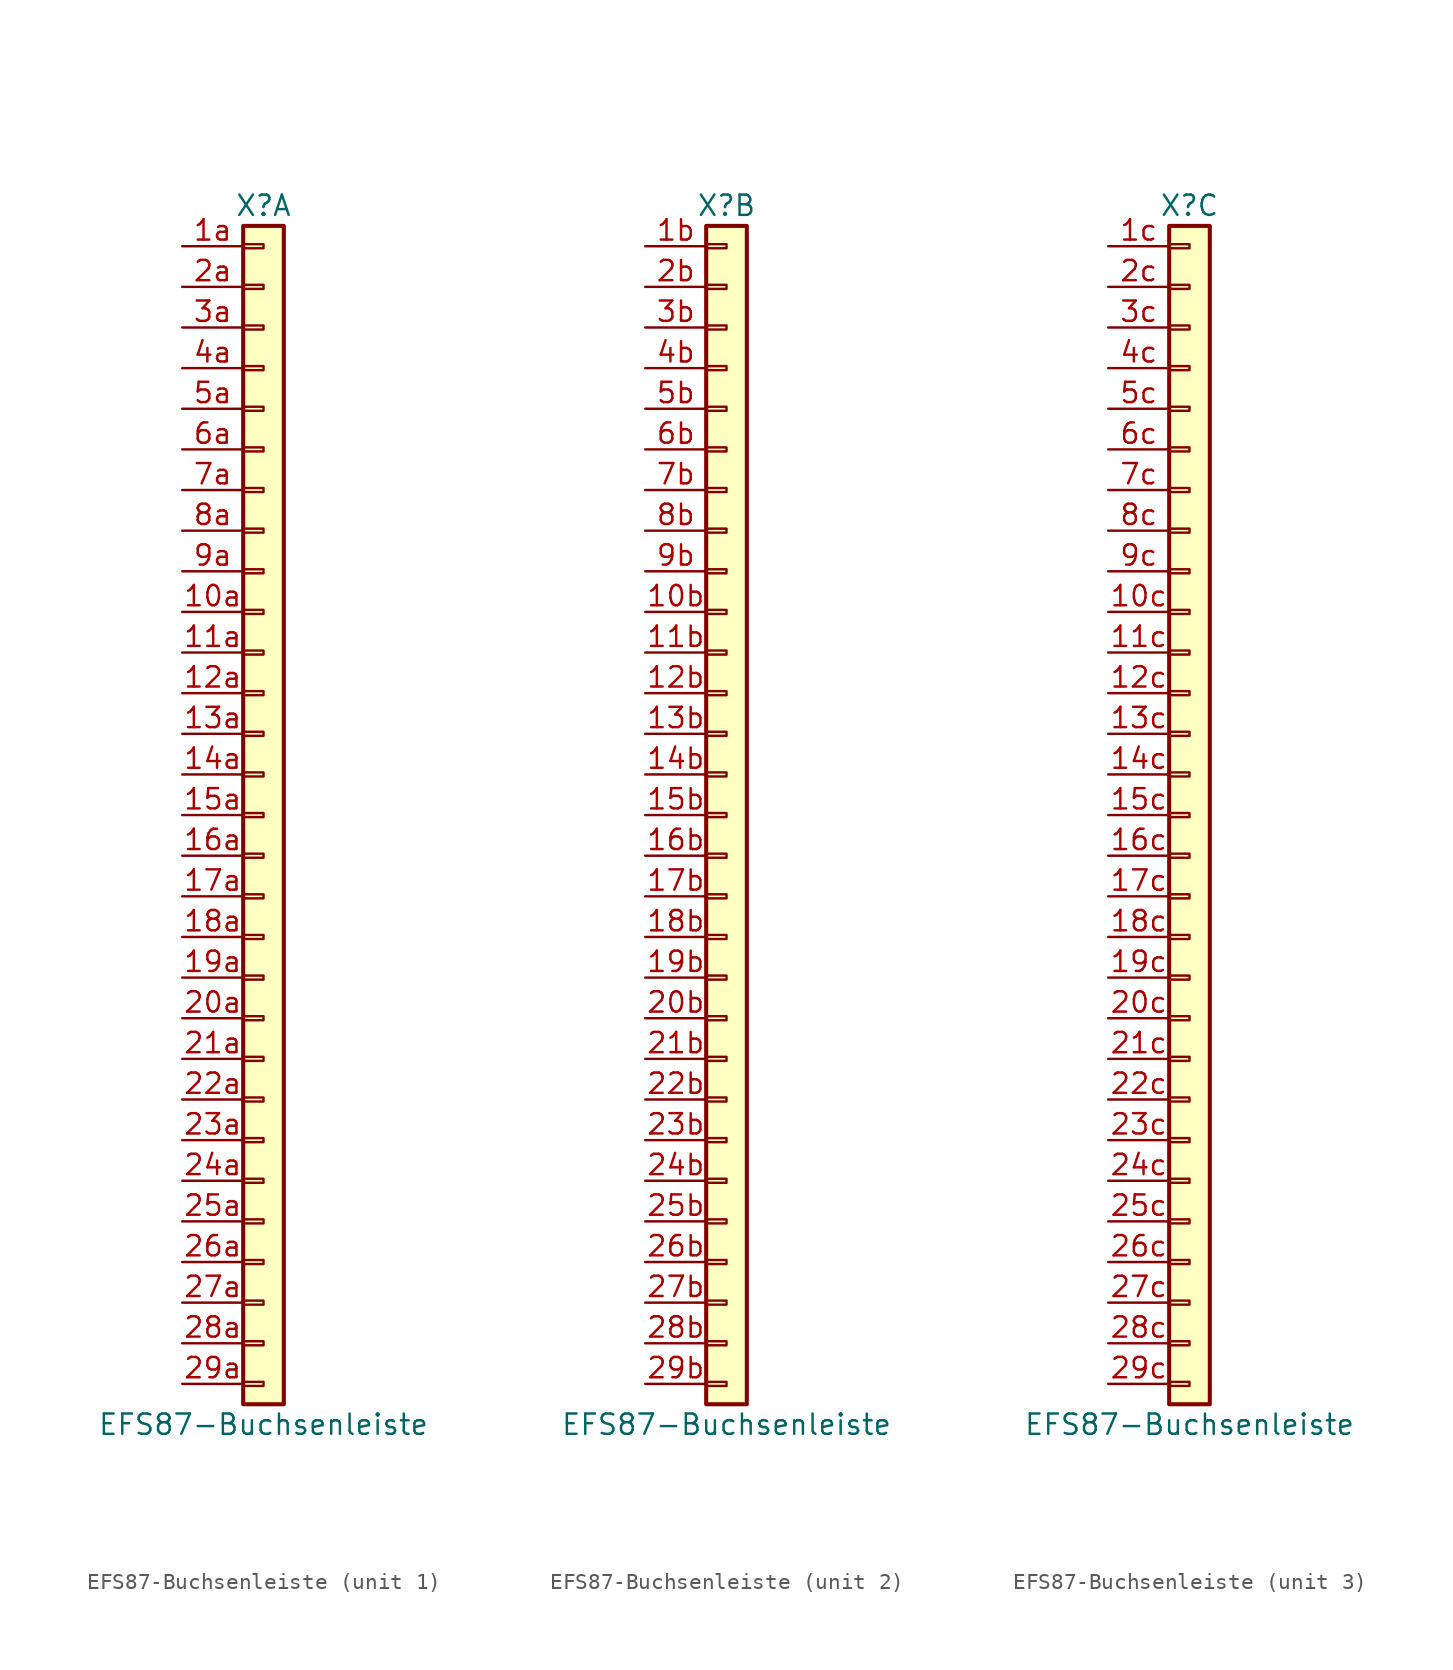
<source format=kicad_sym>
(kicad_symbol_lib
  (version 20211014)
  (generator kicad_symbol_editor)
  (symbol "EFS87-Buchsenleiste"
    (pin_names
      (offset 1.016) hide)
    (property "Reference" "X"
      (at 0 38.1 0)
      (effects (font (size 1.27 1.27))))
    (property "Value" "EFS87-Buchsenleiste"
      (at 0 -38.1 0)
      (effects (font (size 1.27 1.27))))
    (property "ki_locked" ""
      (at 0 0 0)
      (effects (font (size 1.27 1.27))))
    (symbol "EFS87-Buchsenleiste_1_1"
      (rectangle (start -1.27 -35.433) (end 0 -35.687) (stroke (width 0.152) (type default) (color 0 0 0 0)) (fill (type none)))
      (rectangle (start -1.27 -32.893) (end 0 -33.147) (stroke (width 0.152) (type default) (color 0 0 0 0)) (fill (type none)))
      (rectangle (start -1.27 -30.353) (end 0 -30.607) (stroke (width 0.152) (type default) (color 0 0 0 0)) (fill (type none)))
      (rectangle (start -1.27 -27.813) (end 0 -28.067) (stroke (width 0.152) (type default) (color 0 0 0 0)) (fill (type none)))
      (rectangle (start -1.27 -25.273) (end 0 -25.527) (stroke (width 0.152) (type default) (color 0 0 0 0)) (fill (type none)))
      (rectangle (start -1.27 -22.733) (end 0 -22.987) (stroke (width 0.152) (type default) (color 0 0 0 0)) (fill (type none)))
      (rectangle (start -1.27 -20.193) (end 0 -20.447) (stroke (width 0.152) (type default) (color 0 0 0 0)) (fill (type none)))
      (rectangle (start -1.27 -17.653) (end 0 -17.907) (stroke (width 0.152) (type default) (color 0 0 0 0)) (fill (type none)))
      (rectangle (start -1.27 -15.113) (end 0 -15.367) (stroke (width 0.152) (type default) (color 0 0 0 0)) (fill (type none)))
      (rectangle (start -1.27 -12.573) (end 0 -12.827) (stroke (width 0.152) (type default) (color 0 0 0 0)) (fill (type none)))
      (rectangle (start -1.27 -10.033) (end 0 -10.287) (stroke (width 0.152) (type default) (color 0 0 0 0)) (fill (type none)))
      (rectangle (start -1.27 -7.493) (end 0 -7.747) (stroke (width 0.152) (type default) (color 0 0 0 0)) (fill (type none)))
      (rectangle (start -1.27 -4.953) (end 0 -5.207) (stroke (width 0.152) (type default) (color 0 0 0 0)) (fill (type none)))
      (rectangle (start -1.27 -2.413) (end 0 -2.667) (stroke (width 0.152) (type default) (color 0 0 0 0)) (fill (type none)))
      (rectangle (start -1.27 0.127) (end 0 -0.127) (stroke (width 0.152) (type default) (color 0 0 0 0)) (fill (type none)))
      (rectangle (start -1.27 2.667) (end 0 2.413) (stroke (width 0.152) (type default) (color 0 0 0 0)) (fill (type none)))
      (rectangle (start -1.27 5.207) (end 0 4.953) (stroke (width 0.152) (type default) (color 0 0 0 0)) (fill (type none)))
      (rectangle (start -1.27 7.747) (end 0 7.493) (stroke (width 0.152) (type default) (color 0 0 0 0)) (fill (type none)))
      (rectangle (start -1.27 10.287) (end 0 10.033) (stroke (width 0.152) (type default) (color 0 0 0 0)) (fill (type none)))
      (rectangle (start -1.27 12.827) (end 0 12.573) (stroke (width 0.152) (type default) (color 0 0 0 0)) (fill (type none)))
      (rectangle (start -1.27 15.367) (end 0 15.113) (stroke (width 0.152) (type default) (color 0 0 0 0)) (fill (type none)))
      (rectangle (start -1.27 17.907) (end 0 17.653) (stroke (width 0.152) (type default) (color 0 0 0 0)) (fill (type none)))
      (rectangle (start -1.27 20.447) (end 0 20.193) (stroke (width 0.152) (type default) (color 0 0 0 0)) (fill (type none)))
      (rectangle (start -1.27 22.987) (end 0 22.733) (stroke (width 0.152) (type default) (color 0 0 0 0)) (fill (type none)))
      (rectangle (start -1.27 25.527) (end 0 25.273) (stroke (width 0.152) (type default) (color 0 0 0 0)) (fill (type none)))
      (rectangle (start -1.27 28.067) (end 0 27.813) (stroke (width 0.152) (type default) (color 0 0 0 0)) (fill (type none)))
      (rectangle (start -1.27 30.607) (end 0 30.353) (stroke (width 0.152) (type default) (color 0 0 0 0)) (fill (type none)))
      (rectangle (start -1.27 33.147) (end 0 32.893) (stroke (width 0.152) (type default) (color 0 0 0 0)) (fill (type none)))
      (rectangle (start -1.27 35.687) (end 0 35.433) (stroke (width 0.152) (type default) (color 0 0 0 0)) (fill (type none)))
      (rectangle (start -1.27 36.83) (end 1.27 -36.83) (stroke (width 0.254) (type default) (color 0 0 0 0)) (fill (type background)))
      (pin passive line (at -5.08 12.7 0) (length 3.81) (name "Pin_10a" (effects (font (size 1.27 1.27)))) (number "10a" (effects (font (size 1.27 1.27)))))
      (pin passive line (at -5.08 10.16 0) (length 3.81) (name "Pin_11a" (effects (font (size 1.27 1.27)))) (number "11a" (effects (font (size 1.27 1.27)))))
      (pin passive line (at -5.08 7.62 0) (length 3.81) (name "Pin_12a" (effects (font (size 1.27 1.27)))) (number "12a" (effects (font (size 1.27 1.27)))))
      (pin passive line (at -5.08 5.08 0) (length 3.81) (name "Pin_13a" (effects (font (size 1.27 1.27)))) (number "13a" (effects (font (size 1.27 1.27)))))
      (pin passive line (at -5.08 2.54 0) (length 3.81) (name "Pin_14a" (effects (font (size 1.27 1.27)))) (number "14a" (effects (font (size 1.27 1.27)))))
      (pin passive line (at -5.08 0 0) (length 3.81) (name "Pin_15a" (effects (font (size 1.27 1.27)))) (number "15a" (effects (font (size 1.27 1.27)))))
      (pin passive line (at -5.08 -2.54 0) (length 3.81) (name "Pin_16a" (effects (font (size 1.27 1.27)))) (number "16a" (effects (font (size 1.27 1.27)))))
      (pin passive line (at -5.08 -5.08 0) (length 3.81) (name "Pin_17a" (effects (font (size 1.27 1.27)))) (number "17a" (effects (font (size 1.27 1.27)))))
      (pin passive line (at -5.08 -7.62 0) (length 3.81) (name "Pin_18a" (effects (font (size 1.27 1.27)))) (number "18a" (effects (font (size 1.27 1.27)))))
      (pin passive line (at -5.08 -10.16 0) (length 3.81) (name "Pin_19a" (effects (font (size 1.27 1.27)))) (number "19a" (effects (font (size 1.27 1.27)))))
      (pin passive line (at -5.08 35.56 0) (length 3.81) (name "Pin_1a" (effects (font (size 1.27 1.27)))) (number "1a" (effects (font (size 1.27 1.27)))))
      (pin passive line (at -5.08 -12.7 0) (length 3.81) (name "Pin_20a" (effects (font (size 1.27 1.27)))) (number "20a" (effects (font (size 1.27 1.27)))))
      (pin passive line (at -5.08 -15.24 0) (length 3.81) (name "Pin_21a" (effects (font (size 1.27 1.27)))) (number "21a" (effects (font (size 1.27 1.27)))))
      (pin passive line (at -5.08 -17.78 0) (length 3.81) (name "Pin_22a" (effects (font (size 1.27 1.27)))) (number "22a" (effects (font (size 1.27 1.27)))))
      (pin passive line (at -5.08 -20.32 0) (length 3.81) (name "Pin_23a" (effects (font (size 1.27 1.27)))) (number "23a" (effects (font (size 1.27 1.27)))))
      (pin passive line (at -5.08 -22.86 0) (length 3.81) (name "Pin_24a" (effects (font (size 1.27 1.27)))) (number "24a" (effects (font (size 1.27 1.27)))))
      (pin passive line (at -5.08 -25.4 0) (length 3.81) (name "Pin_25a" (effects (font (size 1.27 1.27)))) (number "25a" (effects (font (size 1.27 1.27)))))
      (pin passive line (at -5.08 -27.94 0) (length 3.81) (name "Pin_26a" (effects (font (size 1.27 1.27)))) (number "26a" (effects (font (size 1.27 1.27)))))
      (pin passive line (at -5.08 -30.48 0) (length 3.81) (name "Pin_27a" (effects (font (size 1.27 1.27)))) (number "27a" (effects (font (size 1.27 1.27)))))
      (pin passive line (at -5.08 -33.02 0) (length 3.81) (name "Pin_28a" (effects (font (size 1.27 1.27)))) (number "28a" (effects (font (size 1.27 1.27)))))
      (pin passive line (at -5.08 -35.56 0) (length 3.81) (name "Pin_29a" (effects (font (size 1.27 1.27)))) (number "29a" (effects (font (size 1.27 1.27)))))
      (pin passive line (at -5.08 33.02 0) (length 3.81) (name "Pin_2a" (effects (font (size 1.27 1.27)))) (number "2a" (effects (font (size 1.27 1.27)))))
      (pin passive line (at -5.08 30.48 0) (length 3.81) (name "Pin_3a" (effects (font (size 1.27 1.27)))) (number "3a" (effects (font (size 1.27 1.27)))))
      (pin passive line (at -5.08 27.94 0) (length 3.81) (name "Pin_4a" (effects (font (size 1.27 1.27)))) (number "4a" (effects (font (size 1.27 1.27)))))
      (pin passive line (at -5.08 25.4 0) (length 3.81) (name "Pin_5a" (effects (font (size 1.27 1.27)))) (number "5a" (effects (font (size 1.27 1.27)))))
      (pin passive line (at -5.08 22.86 0) (length 3.81) (name "Pin_6a" (effects (font (size 1.27 1.27)))) (number "6a" (effects (font (size 1.27 1.27)))))
      (pin passive line (at -5.08 20.32 0) (length 3.81) (name "Pin_7a" (effects (font (size 1.27 1.27)))) (number "7a" (effects (font (size 1.27 1.27)))))
      (pin passive line (at -5.08 17.78 0) (length 3.81) (name "Pin_8a" (effects (font (size 1.27 1.27)))) (number "8a" (effects (font (size 1.27 1.27)))))
      (pin passive line (at -5.08 15.24 0) (length 3.81) (name "Pin_9a" (effects (font (size 1.27 1.27)))) (number "9a" (effects (font (size 1.27 1.27))))))
    (symbol "EFS87-Buchsenleiste_2_1"
      (rectangle (start -1.27 -35.433) (end 0 -35.687) (stroke (width 0.152) (type default) (color 0 0 0 0)) (fill (type none)))
      (rectangle (start -1.27 -32.893) (end 0 -33.147) (stroke (width 0.152) (type default) (color 0 0 0 0)) (fill (type none)))
      (rectangle (start -1.27 -30.353) (end 0 -30.607) (stroke (width 0.152) (type default) (color 0 0 0 0)) (fill (type none)))
      (rectangle (start -1.27 -27.813) (end 0 -28.067) (stroke (width 0.152) (type default) (color 0 0 0 0)) (fill (type none)))
      (rectangle (start -1.27 -25.273) (end 0 -25.527) (stroke (width 0.152) (type default) (color 0 0 0 0)) (fill (type none)))
      (rectangle (start -1.27 -22.733) (end 0 -22.987) (stroke (width 0.152) (type default) (color 0 0 0 0)) (fill (type none)))
      (rectangle (start -1.27 -20.193) (end 0 -20.447) (stroke (width 0.152) (type default) (color 0 0 0 0)) (fill (type none)))
      (rectangle (start -1.27 -17.653) (end 0 -17.907) (stroke (width 0.152) (type default) (color 0 0 0 0)) (fill (type none)))
      (rectangle (start -1.27 -15.113) (end 0 -15.367) (stroke (width 0.152) (type default) (color 0 0 0 0)) (fill (type none)))
      (rectangle (start -1.27 -12.573) (end 0 -12.827) (stroke (width 0.152) (type default) (color 0 0 0 0)) (fill (type none)))
      (rectangle (start -1.27 -10.033) (end 0 -10.287) (stroke (width 0.152) (type default) (color 0 0 0 0)) (fill (type none)))
      (rectangle (start -1.27 -7.493) (end 0 -7.747) (stroke (width 0.152) (type default) (color 0 0 0 0)) (fill (type none)))
      (rectangle (start -1.27 -4.953) (end 0 -5.207) (stroke (width 0.152) (type default) (color 0 0 0 0)) (fill (type none)))
      (rectangle (start -1.27 -2.413) (end 0 -2.667) (stroke (width 0.152) (type default) (color 0 0 0 0)) (fill (type none)))
      (rectangle (start -1.27 0.127) (end 0 -0.127) (stroke (width 0.152) (type default) (color 0 0 0 0)) (fill (type none)))
      (rectangle (start -1.27 2.667) (end 0 2.413) (stroke (width 0.152) (type default) (color 0 0 0 0)) (fill (type none)))
      (rectangle (start -1.27 5.207) (end 0 4.953) (stroke (width 0.152) (type default) (color 0 0 0 0)) (fill (type none)))
      (rectangle (start -1.27 7.747) (end 0 7.493) (stroke (width 0.152) (type default) (color 0 0 0 0)) (fill (type none)))
      (rectangle (start -1.27 10.287) (end 0 10.033) (stroke (width 0.152) (type default) (color 0 0 0 0)) (fill (type none)))
      (rectangle (start -1.27 12.827) (end 0 12.573) (stroke (width 0.152) (type default) (color 0 0 0 0)) (fill (type none)))
      (rectangle (start -1.27 15.367) (end 0 15.113) (stroke (width 0.152) (type default) (color 0 0 0 0)) (fill (type none)))
      (rectangle (start -1.27 17.907) (end 0 17.653) (stroke (width 0.152) (type default) (color 0 0 0 0)) (fill (type none)))
      (rectangle (start -1.27 20.447) (end 0 20.193) (stroke (width 0.152) (type default) (color 0 0 0 0)) (fill (type none)))
      (rectangle (start -1.27 22.987) (end 0 22.733) (stroke (width 0.152) (type default) (color 0 0 0 0)) (fill (type none)))
      (rectangle (start -1.27 25.527) (end 0 25.273) (stroke (width 0.152) (type default) (color 0 0 0 0)) (fill (type none)))
      (rectangle (start -1.27 28.067) (end 0 27.813) (stroke (width 0.152) (type default) (color 0 0 0 0)) (fill (type none)))
      (rectangle (start -1.27 30.607) (end 0 30.353) (stroke (width 0.152) (type default) (color 0 0 0 0)) (fill (type none)))
      (rectangle (start -1.27 33.147) (end 0 32.893) (stroke (width 0.152) (type default) (color 0 0 0 0)) (fill (type none)))
      (rectangle (start -1.27 35.687) (end 0 35.433) (stroke (width 0.152) (type default) (color 0 0 0 0)) (fill (type none)))
      (rectangle (start -1.27 36.83) (end 1.27 -36.83) (stroke (width 0.254) (type default) (color 0 0 0 0)) (fill (type background)))
      (pin passive line (at -5.08 12.7 0) (length 3.81) (name "Pin_10b" (effects (font (size 1.27 1.27)))) (number "10b" (effects (font (size 1.27 1.27)))))
      (pin passive line (at -5.08 10.16 0) (length 3.81) (name "Pin_11b" (effects (font (size 1.27 1.27)))) (number "11b" (effects (font (size 1.27 1.27)))))
      (pin passive line (at -5.08 7.62 0) (length 3.81) (name "Pin_12b" (effects (font (size 1.27 1.27)))) (number "12b" (effects (font (size 1.27 1.27)))))
      (pin passive line (at -5.08 5.08 0) (length 3.81) (name "Pin_13b" (effects (font (size 1.27 1.27)))) (number "13b" (effects (font (size 1.27 1.27)))))
      (pin passive line (at -5.08 2.54 0) (length 3.81) (name "Pin_14b" (effects (font (size 1.27 1.27)))) (number "14b" (effects (font (size 1.27 1.27)))))
      (pin passive line (at -5.08 0 0) (length 3.81) (name "Pin_15b" (effects (font (size 1.27 1.27)))) (number "15b" (effects (font (size 1.27 1.27)))))
      (pin passive line (at -5.08 -2.54 0) (length 3.81) (name "Pin_16b" (effects (font (size 1.27 1.27)))) (number "16b" (effects (font (size 1.27 1.27)))))
      (pin passive line (at -5.08 -5.08 0) (length 3.81) (name "Pin_17b" (effects (font (size 1.27 1.27)))) (number "17b" (effects (font (size 1.27 1.27)))))
      (pin passive line (at -5.08 -7.62 0) (length 3.81) (name "Pin_18b" (effects (font (size 1.27 1.27)))) (number "18b" (effects (font (size 1.27 1.27)))))
      (pin passive line (at -5.08 -10.16 0) (length 3.81) (name "Pin_19b" (effects (font (size 1.27 1.27)))) (number "19b" (effects (font (size 1.27 1.27)))))
      (pin passive line (at -5.08 35.56 0) (length 3.81) (name "Pin_1b" (effects (font (size 1.27 1.27)))) (number "1b" (effects (font (size 1.27 1.27)))))
      (pin passive line (at -5.08 -12.7 0) (length 3.81) (name "Pin_20b" (effects (font (size 1.27 1.27)))) (number "20b" (effects (font (size 1.27 1.27)))))
      (pin passive line (at -5.08 -15.24 0) (length 3.81) (name "Pin_21b" (effects (font (size 1.27 1.27)))) (number "21b" (effects (font (size 1.27 1.27)))))
      (pin passive line (at -5.08 -17.78 0) (length 3.81) (name "Pin_22b" (effects (font (size 1.27 1.27)))) (number "22b" (effects (font (size 1.27 1.27)))))
      (pin passive line (at -5.08 -20.32 0) (length 3.81) (name "Pin_23b" (effects (font (size 1.27 1.27)))) (number "23b" (effects (font (size 1.27 1.27)))))
      (pin passive line (at -5.08 -22.86 0) (length 3.81) (name "Pin_24b" (effects (font (size 1.27 1.27)))) (number "24b" (effects (font (size 1.27 1.27)))))
      (pin passive line (at -5.08 -25.4 0) (length 3.81) (name "Pin_25b" (effects (font (size 1.27 1.27)))) (number "25b" (effects (font (size 1.27 1.27)))))
      (pin passive line (at -5.08 -27.94 0) (length 3.81) (name "Pin_26b" (effects (font (size 1.27 1.27)))) (number "26b" (effects (font (size 1.27 1.27)))))
      (pin passive line (at -5.08 -30.48 0) (length 3.81) (name "Pin_27b" (effects (font (size 1.27 1.27)))) (number "27b" (effects (font (size 1.27 1.27)))))
      (pin passive line (at -5.08 -33.02 0) (length 3.81) (name "Pin_28b" (effects (font (size 1.27 1.27)))) (number "28b" (effects (font (size 1.27 1.27)))))
      (pin passive line (at -5.08 -35.56 0) (length 3.81) (name "Pin_29b" (effects (font (size 1.27 1.27)))) (number "29b" (effects (font (size 1.27 1.27)))))
      (pin passive line (at -5.08 33.02 0) (length 3.81) (name "Pin_2b" (effects (font (size 1.27 1.27)))) (number "2b" (effects (font (size 1.27 1.27)))))
      (pin passive line (at -5.08 30.48 0) (length 3.81) (name "Pin_3b" (effects (font (size 1.27 1.27)))) (number "3b" (effects (font (size 1.27 1.27)))))
      (pin passive line (at -5.08 27.94 0) (length 3.81) (name "Pin_4b" (effects (font (size 1.27 1.27)))) (number "4b" (effects (font (size 1.27 1.27)))))
      (pin passive line (at -5.08 25.4 0) (length 3.81) (name "Pin_5b" (effects (font (size 1.27 1.27)))) (number "5b" (effects (font (size 1.27 1.27)))))
      (pin passive line (at -5.08 22.86 0) (length 3.81) (name "Pin_6b" (effects (font (size 1.27 1.27)))) (number "6b" (effects (font (size 1.27 1.27)))))
      (pin passive line (at -5.08 20.32 0) (length 3.81) (name "Pin_7b" (effects (font (size 1.27 1.27)))) (number "7b" (effects (font (size 1.27 1.27)))))
      (pin passive line (at -5.08 17.78 0) (length 3.81) (name "Pin_8b" (effects (font (size 1.27 1.27)))) (number "8b" (effects (font (size 1.27 1.27)))))
      (pin passive line (at -5.08 15.24 0) (length 3.81) (name "Pin_9b" (effects (font (size 1.27 1.27)))) (number "9b" (effects (font (size 1.27 1.27))))))
    (symbol "EFS87-Buchsenleiste_3_1"
      (rectangle (start -1.27 -35.433) (end 0 -35.687) (stroke (width 0.152) (type default) (color 0 0 0 0)) (fill (type none)))
      (rectangle (start -1.27 -32.893) (end 0 -33.147) (stroke (width 0.152) (type default) (color 0 0 0 0)) (fill (type none)))
      (rectangle (start -1.27 -30.353) (end 0 -30.607) (stroke (width 0.152) (type default) (color 0 0 0 0)) (fill (type none)))
      (rectangle (start -1.27 -27.813) (end 0 -28.067) (stroke (width 0.152) (type default) (color 0 0 0 0)) (fill (type none)))
      (rectangle (start -1.27 -25.273) (end 0 -25.527) (stroke (width 0.152) (type default) (color 0 0 0 0)) (fill (type none)))
      (rectangle (start -1.27 -22.733) (end 0 -22.987) (stroke (width 0.152) (type default) (color 0 0 0 0)) (fill (type none)))
      (rectangle (start -1.27 -20.193) (end 0 -20.447) (stroke (width 0.152) (type default) (color 0 0 0 0)) (fill (type none)))
      (rectangle (start -1.27 -17.653) (end 0 -17.907) (stroke (width 0.152) (type default) (color 0 0 0 0)) (fill (type none)))
      (rectangle (start -1.27 -15.113) (end 0 -15.367) (stroke (width 0.152) (type default) (color 0 0 0 0)) (fill (type none)))
      (rectangle (start -1.27 -12.573) (end 0 -12.827) (stroke (width 0.152) (type default) (color 0 0 0 0)) (fill (type none)))
      (rectangle (start -1.27 -10.033) (end 0 -10.287) (stroke (width 0.152) (type default) (color 0 0 0 0)) (fill (type none)))
      (rectangle (start -1.27 -7.493) (end 0 -7.747) (stroke (width 0.152) (type default) (color 0 0 0 0)) (fill (type none)))
      (rectangle (start -1.27 -4.953) (end 0 -5.207) (stroke (width 0.152) (type default) (color 0 0 0 0)) (fill (type none)))
      (rectangle (start -1.27 -2.413) (end 0 -2.667) (stroke (width 0.152) (type default) (color 0 0 0 0)) (fill (type none)))
      (rectangle (start -1.27 0.127) (end 0 -0.127) (stroke (width 0.152) (type default) (color 0 0 0 0)) (fill (type none)))
      (rectangle (start -1.27 2.667) (end 0 2.413) (stroke (width 0.152) (type default) (color 0 0 0 0)) (fill (type none)))
      (rectangle (start -1.27 5.207) (end 0 4.953) (stroke (width 0.152) (type default) (color 0 0 0 0)) (fill (type none)))
      (rectangle (start -1.27 7.747) (end 0 7.493) (stroke (width 0.152) (type default) (color 0 0 0 0)) (fill (type none)))
      (rectangle (start -1.27 10.287) (end 0 10.033) (stroke (width 0.152) (type default) (color 0 0 0 0)) (fill (type none)))
      (rectangle (start -1.27 12.827) (end 0 12.573) (stroke (width 0.152) (type default) (color 0 0 0 0)) (fill (type none)))
      (rectangle (start -1.27 15.367) (end 0 15.113) (stroke (width 0.152) (type default) (color 0 0 0 0)) (fill (type none)))
      (rectangle (start -1.27 17.907) (end 0 17.653) (stroke (width 0.152) (type default) (color 0 0 0 0)) (fill (type none)))
      (rectangle (start -1.27 20.447) (end 0 20.193) (stroke (width 0.152) (type default) (color 0 0 0 0)) (fill (type none)))
      (rectangle (start -1.27 22.987) (end 0 22.733) (stroke (width 0.152) (type default) (color 0 0 0 0)) (fill (type none)))
      (rectangle (start -1.27 25.527) (end 0 25.273) (stroke (width 0.152) (type default) (color 0 0 0 0)) (fill (type none)))
      (rectangle (start -1.27 28.067) (end 0 27.813) (stroke (width 0.152) (type default) (color 0 0 0 0)) (fill (type none)))
      (rectangle (start -1.27 30.607) (end 0 30.353) (stroke (width 0.152) (type default) (color 0 0 0 0)) (fill (type none)))
      (rectangle (start -1.27 33.147) (end 0 32.893) (stroke (width 0.152) (type default) (color 0 0 0 0)) (fill (type none)))
      (rectangle (start -1.27 35.687) (end 0 35.433) (stroke (width 0.152) (type default) (color 0 0 0 0)) (fill (type none)))
      (rectangle (start -1.27 36.83) (end 1.27 -36.83) (stroke (width 0.254) (type default) (color 0 0 0 0)) (fill (type background)))
      (pin passive line (at -5.08 12.7 0) (length 3.81) (name "Pin_10c" (effects (font (size 1.27 1.27)))) (number "10c" (effects (font (size 1.27 1.27)))))
      (pin passive line (at -5.08 10.16 0) (length 3.81) (name "Pin_11c" (effects (font (size 1.27 1.27)))) (number "11c" (effects (font (size 1.27 1.27)))))
      (pin passive line (at -5.08 7.62 0) (length 3.81) (name "Pin_12c" (effects (font (size 1.27 1.27)))) (number "12c" (effects (font (size 1.27 1.27)))))
      (pin passive line (at -5.08 5.08 0) (length 3.81) (name "Pin_13c" (effects (font (size 1.27 1.27)))) (number "13c" (effects (font (size 1.27 1.27)))))
      (pin passive line (at -5.08 2.54 0) (length 3.81) (name "Pin_14c" (effects (font (size 1.27 1.27)))) (number "14c" (effects (font (size 1.27 1.27)))))
      (pin passive line (at -5.08 0 0) (length 3.81) (name "Pin_15c" (effects (font (size 1.27 1.27)))) (number "15c" (effects (font (size 1.27 1.27)))))
      (pin passive line (at -5.08 -2.54 0) (length 3.81) (name "Pin_16c" (effects (font (size 1.27 1.27)))) (number "16c" (effects (font (size 1.27 1.27)))))
      (pin passive line (at -5.08 -5.08 0) (length 3.81) (name "Pin_17c" (effects (font (size 1.27 1.27)))) (number "17c" (effects (font (size 1.27 1.27)))))
      (pin passive line (at -5.08 -7.62 0) (length 3.81) (name "Pin_18c" (effects (font (size 1.27 1.27)))) (number "18c" (effects (font (size 1.27 1.27)))))
      (pin passive line (at -5.08 -10.16 0) (length 3.81) (name "Pin_19c" (effects (font (size 1.27 1.27)))) (number "19c" (effects (font (size 1.27 1.27)))))
      (pin passive line (at -5.08 35.56 0) (length 3.81) (name "Pin_1c" (effects (font (size 1.27 1.27)))) (number "1c" (effects (font (size 1.27 1.27)))))
      (pin passive line (at -5.08 -12.7 0) (length 3.81) (name "Pin_20c" (effects (font (size 1.27 1.27)))) (number "20c" (effects (font (size 1.27 1.27)))))
      (pin passive line (at -5.08 -15.24 0) (length 3.81) (name "Pin_21c" (effects (font (size 1.27 1.27)))) (number "21c" (effects (font (size 1.27 1.27)))))
      (pin passive line (at -5.08 -17.78 0) (length 3.81) (name "Pin_22c" (effects (font (size 1.27 1.27)))) (number "22c" (effects (font (size 1.27 1.27)))))
      (pin passive line (at -5.08 -20.32 0) (length 3.81) (name "Pin_23c" (effects (font (size 1.27 1.27)))) (number "23c" (effects (font (size 1.27 1.27)))))
      (pin passive line (at -5.08 -22.86 0) (length 3.81) (name "Pin_24c" (effects (font (size 1.27 1.27)))) (number "24c" (effects (font (size 1.27 1.27)))))
      (pin passive line (at -5.08 -25.4 0) (length 3.81) (name "Pin_25c" (effects (font (size 1.27 1.27)))) (number "25c" (effects (font (size 1.27 1.27)))))
      (pin passive line (at -5.08 -27.94 0) (length 3.81) (name "Pin_26c" (effects (font (size 1.27 1.27)))) (number "26c" (effects (font (size 1.27 1.27)))))
      (pin passive line (at -5.08 -30.48 0) (length 3.81) (name "Pin_27c" (effects (font (size 1.27 1.27)))) (number "27c" (effects (font (size 1.27 1.27)))))
      (pin passive line (at -5.08 -33.02 0) (length 3.81) (name "Pin_28c" (effects (font (size 1.27 1.27)))) (number "28c" (effects (font (size 1.27 1.27)))))
      (pin passive line (at -5.08 -35.56 0) (length 3.81) (name "Pin_29c" (effects (font (size 1.27 1.27)))) (number "29c" (effects (font (size 1.27 1.27)))))
      (pin passive line (at -5.08 33.02 0) (length 3.81) (name "Pin_2c" (effects (font (size 1.27 1.27)))) (number "2c" (effects (font (size 1.27 1.27)))))
      (pin passive line (at -5.08 30.48 0) (length 3.81) (name "Pin_3c" (effects (font (size 1.27 1.27)))) (number "3c" (effects (font (size 1.27 1.27)))))
      (pin passive line (at -5.08 27.94 0) (length 3.81) (name "Pin_4c" (effects (font (size 1.27 1.27)))) (number "4c" (effects (font (size 1.27 1.27)))))
      (pin passive line (at -5.08 25.4 0) (length 3.81) (name "Pin_5c" (effects (font (size 1.27 1.27)))) (number "5c" (effects (font (size 1.27 1.27)))))
      (pin passive line (at -5.08 22.86 0) (length 3.81) (name "Pin_6c" (effects (font (size 1.27 1.27)))) (number "6c" (effects (font (size 1.27 1.27)))))
      (pin passive line (at -5.08 20.32 0) (length 3.81) (name "Pin_7c" (effects (font (size 1.27 1.27)))) (number "7c" (effects (font (size 1.27 1.27)))))
      (pin passive line (at -5.08 17.78 0) (length 3.81) (name "Pin_8c" (effects (font (size 1.27 1.27)))) (number "8c" (effects (font (size 1.27 1.27)))))
      (pin passive line (at -5.08 15.24 0) (length 3.81) (name "Pin_9c" (effects (font (size 1.27 1.27)))) (number "9c" (effects (font (size 1.27 1.27))))))))
</source>
